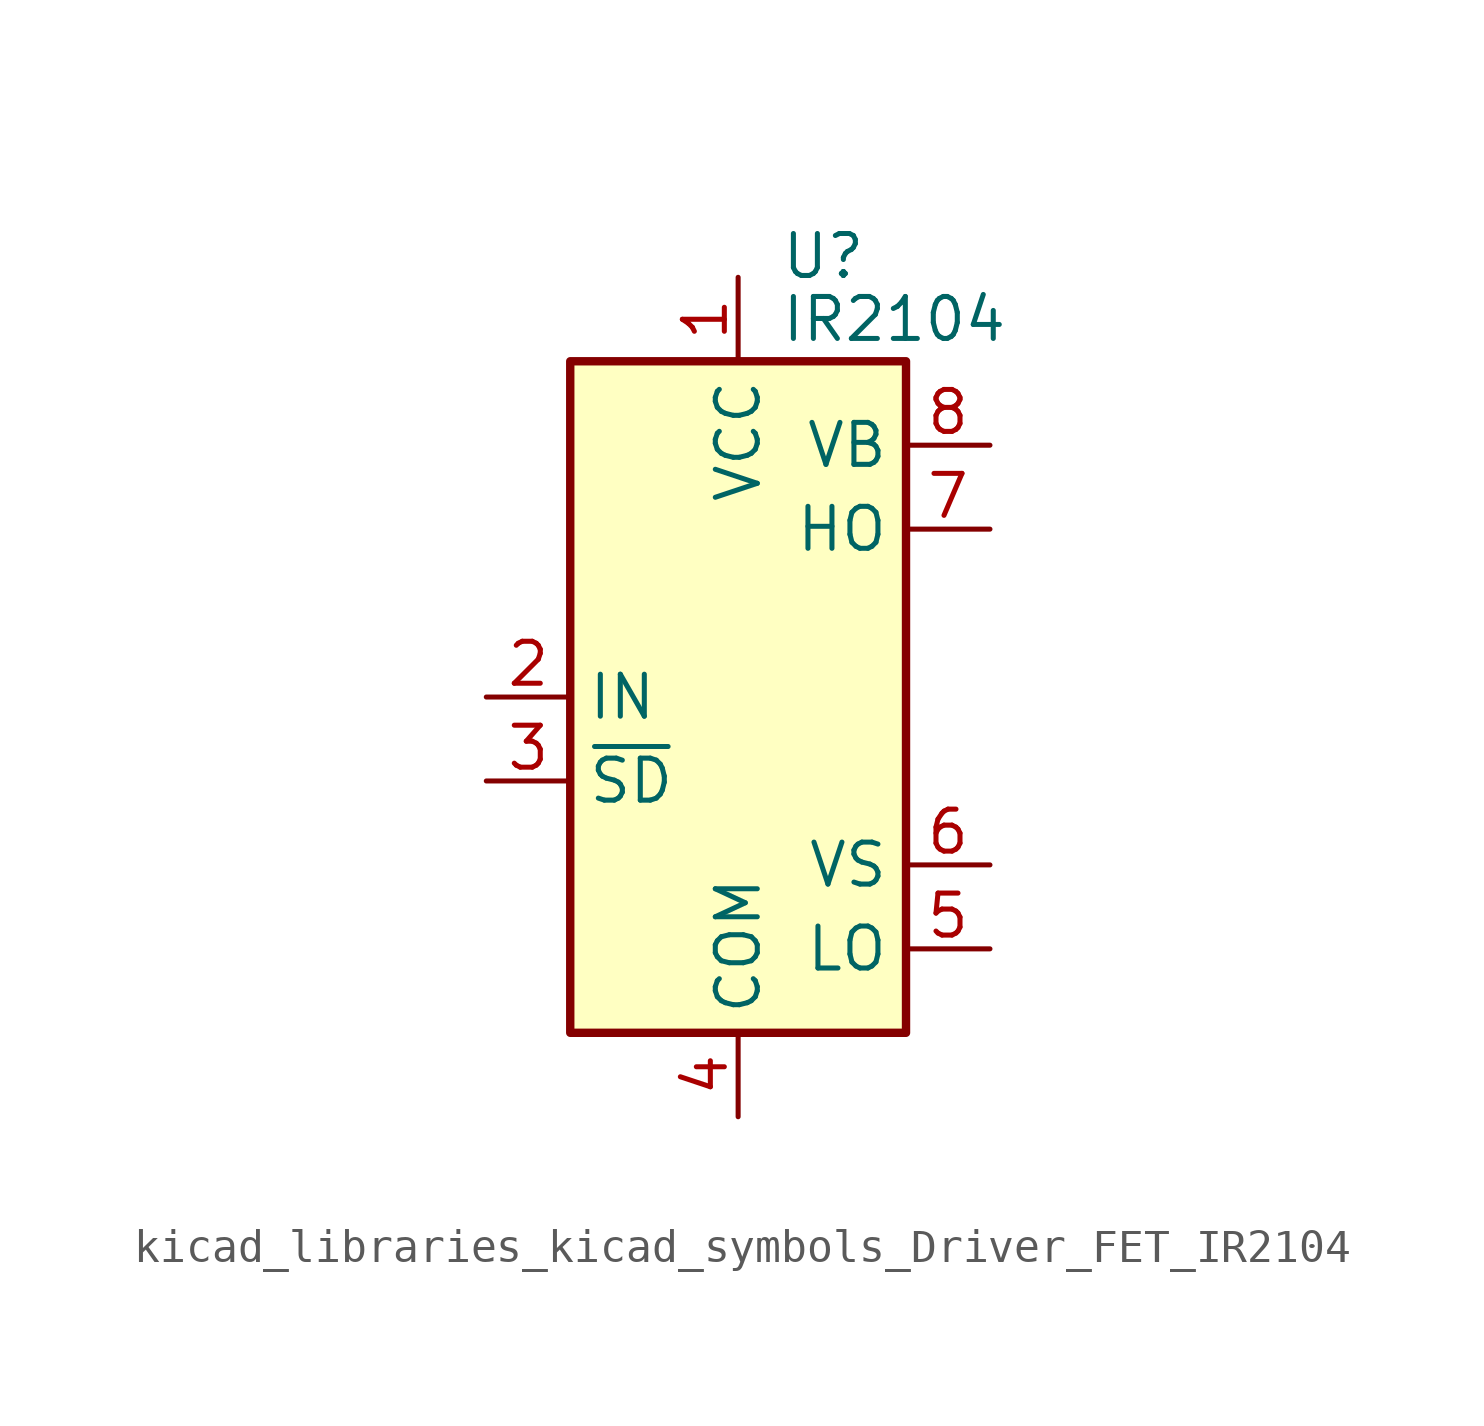
<source format=kicad_sym>
(kicad_symbol_lib
  (version 20220914)
  (generator kicad_symbol_editor)
  (symbol "kicad_libraries_kicad_symbols_Driver_FET_IR2104"
    (property "Reference" "U"
      (at 1.27 13.335 0)
      (effects (font (size 1.27 1.27)) (justify left)))
    (property "Value" "IR2104"
      (at 1.27 11.43 0)
      (effects (font (size 1.27 1.27)) (justify left)))
    (symbol "kicad_libraries_kicad_symbols_Driver_FET_IR2104_0_1"
      (rectangle (start -5.08 -10.16) (end 5.08 10.16) (stroke (width 0.254) (type default)) (fill (type background))))
    (symbol "kicad_libraries_kicad_symbols_Driver_FET_IR2104_1_1"
      (pin power_in line (at 0 12.7 270) (length 2.54) (name "VCC" (effects (font (size 1.27 1.27)))) (number "1" (effects (font (size 1.27 1.27)))))
      (pin input line (at -7.62 0 0) (length 2.54) (name "IN" (effects (font (size 1.27 1.27)))) (number "2" (effects (font (size 1.27 1.27)))))
      (pin input line (at -7.62 -2.54 0) (length 2.54) (name "~{SD}" (effects (font (size 1.27 1.27)))) (number "3" (effects (font (size 1.27 1.27)))))
      (pin power_in line (at 0 -12.7 90) (length 2.54) (name "COM" (effects (font (size 1.27 1.27)))) (number "4" (effects (font (size 1.27 1.27)))))
      (pin output line (at 7.62 -7.62 180) (length 2.54) (name "LO" (effects (font (size 1.27 1.27)))) (number "5" (effects (font (size 1.27 1.27)))))
      (pin passive line (at 7.62 -5.08 180) (length 2.54) (name "VS" (effects (font (size 1.27 1.27)))) (number "6" (effects (font (size 1.27 1.27)))))
      (pin output line (at 7.62 5.08 180) (length 2.54) (name "HO" (effects (font (size 1.27 1.27)))) (number "7" (effects (font (size 1.27 1.27)))))
      (pin passive line (at 7.62 7.62 180) (length 2.54) (name "VB" (effects (font (size 1.27 1.27)))) (number "8" (effects (font (size 1.27 1.27))))))))
</source>
